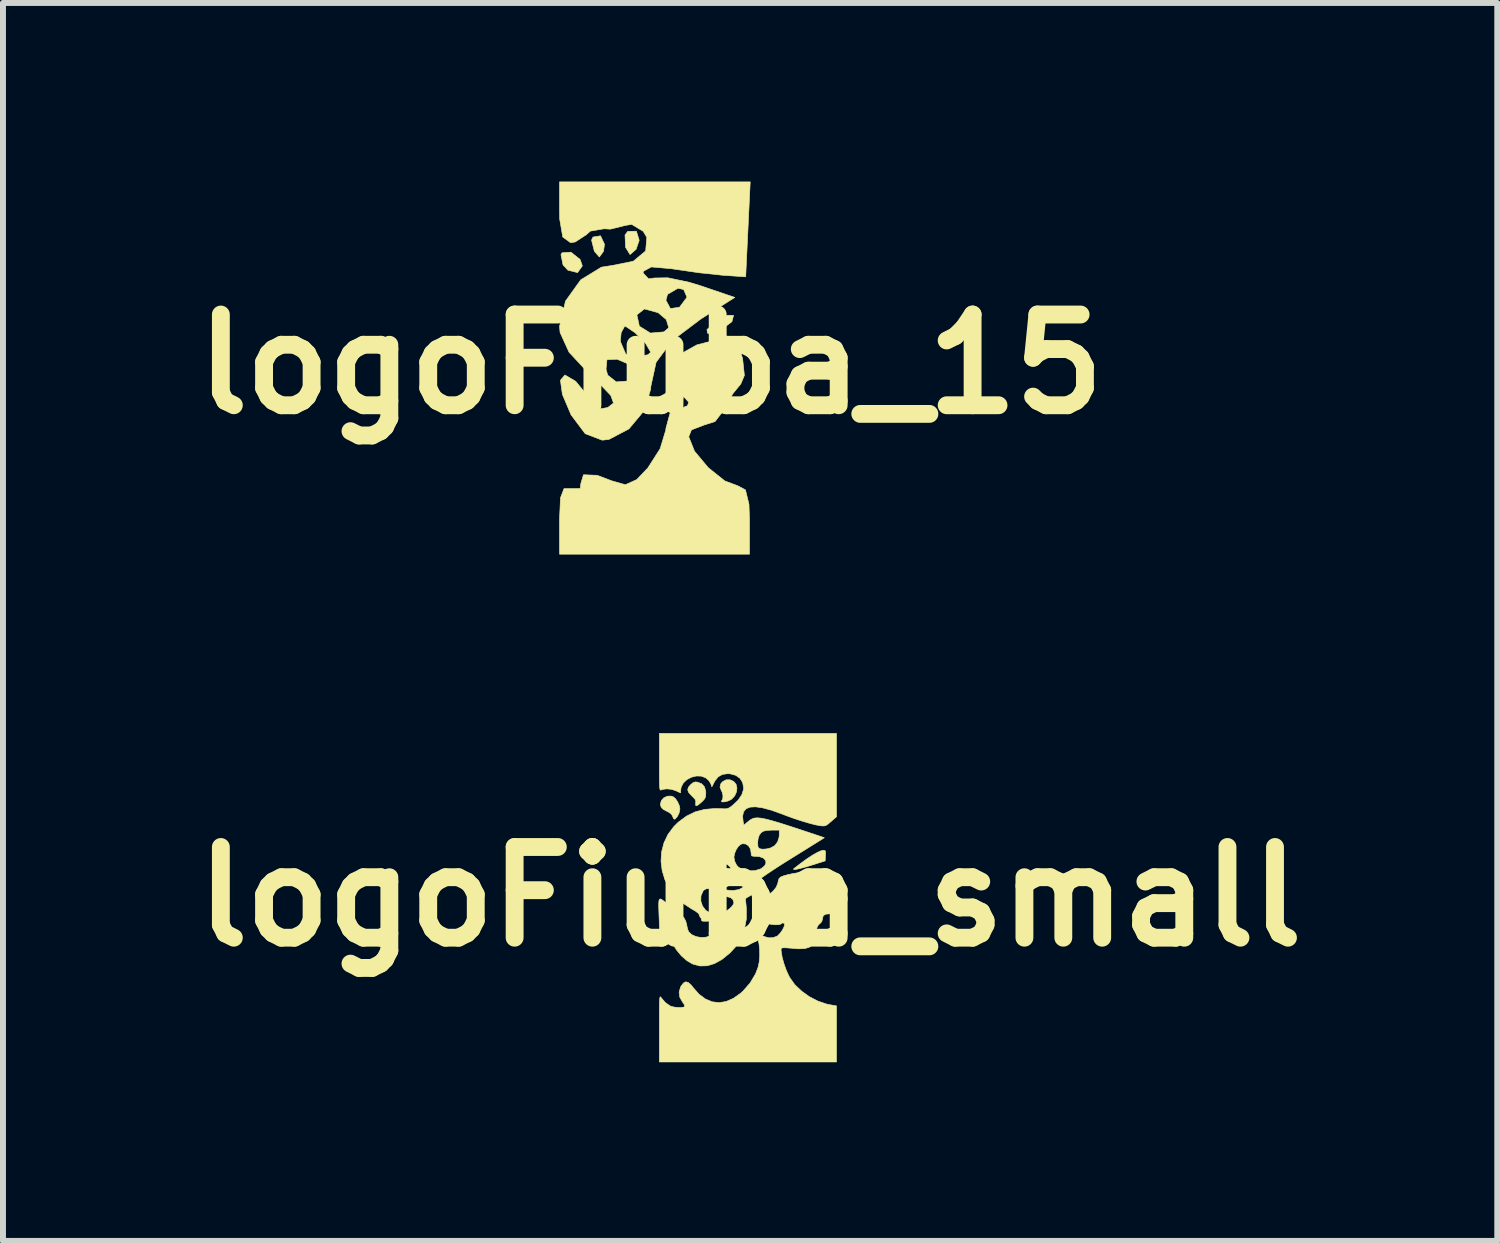
<source format=kicad_pcb>
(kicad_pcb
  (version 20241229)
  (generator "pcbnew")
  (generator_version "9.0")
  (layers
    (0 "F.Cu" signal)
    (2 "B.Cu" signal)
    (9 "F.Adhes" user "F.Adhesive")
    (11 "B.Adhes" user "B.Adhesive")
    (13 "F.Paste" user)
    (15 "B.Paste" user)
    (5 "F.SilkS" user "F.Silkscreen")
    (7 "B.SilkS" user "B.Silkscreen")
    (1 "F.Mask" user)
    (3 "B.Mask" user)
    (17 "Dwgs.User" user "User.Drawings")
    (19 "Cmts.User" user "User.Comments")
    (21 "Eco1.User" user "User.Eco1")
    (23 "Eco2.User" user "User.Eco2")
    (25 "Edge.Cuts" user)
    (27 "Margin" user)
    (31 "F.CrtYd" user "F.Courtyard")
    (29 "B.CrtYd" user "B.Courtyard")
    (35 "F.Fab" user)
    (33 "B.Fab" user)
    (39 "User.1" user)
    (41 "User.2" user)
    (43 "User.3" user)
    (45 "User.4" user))
  (footprint "logoFiuba_small"
    (layer "F.Cu")
    (at 9.55 12.012)
    (property "Reference" "logoFiuba_small" (at 0 0 0) (layer "F.SilkS") (effects (font (size 1.524 1.524) (thickness 0.3))))
    (attr through_hole)
    (fp_poly (pts (xy 1.254 -0.776) (xy 1.266 -0.763) (xy 1.268 -0.731) (xy 1.266 -0.69) (xy 1.261 -0.601) (xy 1.034 -0.529) (xy 0.928 -0.497) (xy 0.842 -0.474) (xy 0.777 -0.46) (xy 0.738 -0.456) (xy 0.728 -0.463) (xy 0.736 -0.471) (xy 0.848 -0.558) (xy 0.954 -0.635) (xy 1.05 -0.698) (xy 1.132 -0.744) (xy 1.195 -0.772) (xy 1.228 -0.779) (xy 1.254 -0.776)) (stroke (width 0.01) (type solid)) (fill yes) (layer "F.SilkS"))
    (fp_poly (pts (xy -1.29 -1.677) (xy -1.252 -1.644) (xy -1.216 -1.59) (xy -1.189 -1.528) (xy -1.179 -1.473) (xy -1.191 -1.41) (xy -1.221 -1.347) (xy -1.256 -1.308) (xy -1.275 -1.301) (xy -1.29 -1.319) (xy -1.298 -1.343) (xy -1.322 -1.386) (xy -1.369 -1.42) (xy -1.394 -1.432) (xy -1.457 -1.465) (xy -1.491 -1.498) (xy -1.505 -1.539) (xy -1.506 -1.558) (xy -1.49 -1.616) (xy -1.449 -1.66) (xy -1.391 -1.687) (xy -1.328 -1.69) (xy -1.29 -1.677)) (stroke (width 0.01) (type solid)) (fill yes) (layer "F.SilkS"))
    (fp_poly (pts (xy -0.275 -1.935) (xy -0.236 -1.889) (xy -0.221 -1.827) (xy -0.229 -1.76) (xy -0.258 -1.695) (xy -0.307 -1.641) (xy -0.33 -1.626) (xy -0.373 -1.607) (xy -0.418 -1.595) (xy -0.457 -1.591) (xy -0.48 -1.595) (xy -0.479 -1.609) (xy -0.475 -1.612) (xy -0.458 -1.649) (xy -0.456 -1.702) (xy -0.47 -1.757) (xy -0.481 -1.778) (xy -0.505 -1.839) (xy -0.495 -1.892) (xy -0.464 -1.93) (xy -0.403 -1.963) (xy -0.336 -1.963) (xy -0.275 -1.935)) (stroke (width 0.01) (type solid)) (fill yes) (layer "F.SilkS"))
    (fp_poly (pts (xy -0.884 -1.924) (xy -0.813 -1.896) (xy -0.766 -1.844) (xy -0.745 -1.769) (xy -0.744 -1.741) (xy -0.747 -1.688) (xy -0.76 -1.649) (xy -0.791 -1.612) (xy -0.814 -1.59) (xy -0.868 -1.544) (xy -0.901 -1.526) (xy -0.916 -1.536) (xy -0.914 -1.573) (xy -0.914 -1.574) (xy -0.912 -1.606) (xy -0.925 -1.636) (xy -0.959 -1.674) (xy -0.978 -1.691) (xy -1.029 -1.746) (xy -1.048 -1.793) (xy -1.037 -1.837) (xy -0.997 -1.883) (xy -0.956 -1.916) (xy -0.92 -1.927) (xy -0.884 -1.924)) (stroke (width 0.01) (type solid)) (fill yes) (layer "F.SilkS"))
    (fp_poly (pts (xy 1.26 -0.468) (xy 1.272 -0.449) (xy 1.288 -0.404) (xy 1.306 -0.339) (xy 1.322 -0.268) (xy 1.344 -0.17) (xy 1.37 -0.064) (xy 1.396 0.035) (xy 1.409 0.081) (xy 1.432 0.166) (xy 1.441 0.224) (xy 1.434 0.26) (xy 1.409 0.28) (xy 1.365 0.287) (xy 1.335 0.288) (xy 1.268 0.295) (xy 1.23 0.319) (xy 1.216 0.363) (xy 1.216 0.375) (xy 1.204 0.418) (xy 1.182 0.444) (xy 1.147 0.475) (xy 1.123 0.52) (xy 1.107 0.587) (xy 1.099 0.642) (xy 1.08 0.738) (xy 1.046 0.806) (xy 0.993 0.85) (xy 0.918 0.872) (xy 0.815 0.876) (xy 0.772 0.873) (xy 0.671 0.864) (xy 0.601 0.859) (xy 0.556 0.859) (xy 0.532 0.863) (xy 0.521 0.875) (xy 0.52 0.894) (xy 0.523 0.921) (xy 0.523 0.923) (xy 0.538 1.016) (xy 0.568 1.125) (xy 0.608 1.237) (xy 0.655 1.339) (xy 0.666 1.359) (xy 0.75 1.477) (xy 0.863 1.585) (xy 0.995 1.68) (xy 1.14 1.755) (xy 1.289 1.805) (xy 1.338 1.815) (xy 1.451 1.835) (xy 1.451 2.777) (xy -1.524 2.777) (xy -1.524 2.214) (xy -1.524 2.061) (xy -1.524 1.94) (xy -1.523 1.845) (xy -1.522 1.776) (xy -1.519 1.728) (xy -1.516 1.699) (xy -1.512 1.684) (xy -1.506 1.683) (xy -1.498 1.69) (xy -1.49 1.702) (xy -1.424 1.779) (xy -1.347 1.833) (xy -1.319 1.845) (xy -1.268 1.856) (xy -1.208 1.862) (xy -1.152 1.861) (xy -1.11 1.854) (xy -1.098 1.846) (xy -1.101 1.823) (xy -1.122 1.787) (xy -1.135 1.77) (xy -1.181 1.689) (xy -1.192 1.603) (xy -1.168 1.519) (xy -1.157 1.499) (xy -1.117 1.449) (xy -1.079 1.43) (xy -1.037 1.442) (xy -0.989 1.486) (xy -0.959 1.524) (xy -0.859 1.638) (xy -0.752 1.718) (xy -0.639 1.766) (xy -0.521 1.78) (xy -0.401 1.761) (xy -0.28 1.708) (xy -0.159 1.622) (xy -0.12 1.587) (xy 0.001 1.449) (xy 0.092 1.296) (xy 0.134 1.186) (xy 0.153 1.099) (xy 0.162 0.994) (xy 0.16 0.886) (xy 0.149 0.787) (xy 0.136 0.735) (xy 0.121 0.687) (xy 0.111 0.655) (xy 0.109 0.648) (xy 0.123 0.642) (xy 0.159 0.646) (xy 0.201 0.655) (xy 0.236 0.669) (xy 0.308 0.691) (xy 0.385 0.689) (xy 0.453 0.664) (xy 0.461 0.659) (xy 0.5 0.62) (xy 0.539 0.567) (xy 0.568 0.512) (xy 0.581 0.468) (xy 0.581 0.466) (xy 0.568 0.445) (xy 0.54 0.442) (xy 0.516 0.459) (xy 0.49 0.47) (xy 0.434 0.472) (xy 0.398 0.471) (xy 0.312 0.458) (xy 0.251 0.429) (xy 0.205 0.376) (xy 0.179 0.33) (xy 0.15 0.236) (xy 0.156 0.148) (xy 0.197 0.067) (xy 0.272 -0.006) (xy 0.31 -0.031) (xy 0.384 -0.09) (xy 0.439 -0.159) (xy 0.468 -0.231) (xy 0.472 -0.261) (xy 0.488 -0.307) (xy 0.515 -0.33) (xy 0.56 -0.349) (xy 0.631 -0.369) (xy 0.714 -0.387) (xy 0.797 -0.4) (xy 0.869 -0.406) (xy 0.88 -0.406) (xy 0.953 -0.406) (xy 0.889 -0.368) (xy 0.826 -0.33) (xy 0.879 -0.324) (xy 0.931 -0.308) (xy 0.974 -0.278) (xy 1.007 -0.25) (xy 1.033 -0.237) (xy 1.034 -0.237) (xy 1.047 -0.24) (xy 1.057 -0.252) (xy 1.068 -0.281) (xy 1.084 -0.335) (xy 1.089 -0.353) (xy 1.108 -0.403) (xy 1.137 -0.434) (xy 1.173 -0.451) (xy 1.221 -0.466) (xy 1.256 -0.469) (xy 1.26 -0.468)) (stroke (width 0.01) (type solid)) (fill yes) (layer "F.SilkS"))
    (fp_poly (pts (xy 1.451 -1.342) (xy 1.359 -1.262) (xy 1.31 -1.22) (xy 1.275 -1.197) (xy 1.243 -1.188) (xy 1.202 -1.189) (xy 1.173 -1.193) (xy 1.097 -1.207) (xy 0.996 -1.233) (xy 0.877 -1.268) (xy 0.748 -1.31) (xy 0.618 -1.357) (xy 0.537 -1.388) (xy 0.363 -1.451) (xy 0.215 -1.491) (xy 0.094 -1.509) (xy -0.000159 -1.504) (xy -0.068 -1.476) (xy -0.11 -1.425) (xy -0.126 -1.351) (xy -0.116 -1.255) (xy -0.104 -1.202) (xy -0.034 -1.261) (xy 0.002 -1.289) (xy 0.038 -1.309) (xy 0.078 -1.321) (xy 0.127 -1.324) (xy 0.187 -1.318) (xy 0.264 -1.303) (xy 0.36 -1.278) (xy 0.48 -1.243) (xy 0.628 -1.196) (xy 0.748 -1.157) (xy 0.875 -1.115) (xy 0.99 -1.077) (xy 1.089 -1.044) (xy 1.167 -1.018) (xy 1.221 -0.999) (xy 1.246 -0.99) (xy 1.247 -0.989) (xy 1.231 -0.98) (xy 1.189 -0.953) (xy 1.124 -0.912) (xy 1.038 -0.859) (xy 0.937 -0.796) (xy 0.823 -0.725) (xy 0.726 -0.665) (xy 0.601 -0.587) (xy 0.483 -0.512) (xy 0.377 -0.443) (xy 0.286 -0.382) (xy 0.215 -0.333) (xy 0.168 -0.298) (xy 0.151 -0.283) (xy 0.112 -0.23) (xy 0.085 -0.173) (xy 0.081 -0.157) (xy 0.054 -0.075) (xy 0.007 -0.019) (xy -0.031 0.003) (xy -0.065 0.023) (xy -0.078 0.038) (xy -0.078 0.038) (xy -0.076 0.06) (xy -0.071 0.107) (xy -0.065 0.17) (xy -0.063 0.193) (xy -0.063 0.375) (xy -0.096 0.548) (xy -0.16 0.709) (xy -0.254 0.854) (xy -0.343 0.949) (xy -0.472 1.054) (xy -0.598 1.124) (xy -0.721 1.161) (xy -0.842 1.164) (xy -0.959 1.133) (xy -0.971 1.128) (xy -1.064 1.073) (xy -1.155 0.993) (xy -1.236 0.895) (xy -1.288 0.81) (xy -1.333 0.738) (xy -1.39 0.663) (xy -1.433 0.618) (xy -1.521 0.533) (xy -1.53 0.309) (xy -1.534 0.201) (xy -1.535 0.123) (xy -1.532 0.072) (xy -1.523 0.045) (xy -1.508 0.038) (xy -1.483 0.049) (xy -1.449 0.074) (xy -1.436 0.084) (xy -1.378 0.129) (xy -1.307 0.184) (xy -1.239 0.236) (xy -1.238 0.236) (xy -1.163 0.299) (xy -1.112 0.354) (xy -1.081 0.411) (xy -1.063 0.479) (xy -1.062 0.49) (xy -1.05 0.542) (xy -1.034 0.585) (xy -1.03 0.593) (xy -0.979 0.639) (xy -0.907 0.671) (xy -0.824 0.686) (xy -0.742 0.681) (xy -0.689 0.664) (xy -0.631 0.62) (xy -0.582 0.558) (xy -0.551 0.49) (xy -0.545 0.451) (xy -0.544 0.402) (xy -0.68 0.41) (xy -0.75 0.413) (xy -0.791 0.412) (xy -0.811 0.406) (xy -0.816 0.392) (xy -0.816 0.388) (xy -0.825 0.357) (xy -0.835 0.347) (xy -0.85 0.323) (xy -0.853 0.306) (xy -0.87 0.279) (xy -0.919 0.242) (xy -0.975 0.21) (xy -1.128 0.11) (xy -1.168 0.072) (xy -0.828 0.072) (xy -0.8 0.157) (xy -0.746 0.229) (xy -0.673 0.272) (xy -0.581 0.286) (xy -0.472 0.271) (xy -0.468 0.27) (xy -0.408 0.245) (xy -0.35 0.207) (xy -0.302 0.161) (xy -0.275 0.118) (xy -0.272 0.101) (xy -0.288 0.05) (xy -0.329 0.015) (xy -0.39 0.000063) (xy -0.464 0.006) (xy -0.496 0.016) (xy -0.53 0.023) (xy -0.546 0.008) (xy -0.551 -0.007) (xy -0.58 -0.068) (xy -0.625 -0.111) (xy -0.678 -0.134) (xy -0.732 -0.134) (xy -0.778 -0.109) (xy -0.79 -0.094) (xy -0.825 -0.015) (xy -0.828 0.072) (xy -1.168 0.072) (xy -1.255 -0.008) (xy -1.356 -0.142) (xy -1.431 -0.286) (xy -1.44 -0.315) (xy -0.581 -0.315) (xy -0.569 -0.245) (xy -0.541 -0.195) (xy -0.476 -0.143) (xy -0.39 -0.111) (xy -0.294 -0.102) (xy -0.198 -0.117) (xy -0.175 -0.125) (xy -0.128 -0.151) (xy -0.083 -0.188) (xy -0.049 -0.227) (xy -0.036 -0.257) (xy -0.048 -0.278) (xy -0.077 -0.31) (xy -0.081 -0.314) (xy -0.125 -0.344) (xy -0.181 -0.355) (xy -0.206 -0.356) (xy -0.255 -0.357) (xy -0.281 -0.368) (xy -0.296 -0.396) (xy -0.306 -0.432) (xy -0.336 -0.499) (xy -0.381 -0.541) (xy -0.435 -0.555) (xy -0.467 -0.549) (xy -0.516 -0.516) (xy -0.553 -0.46) (xy -0.575 -0.39) (xy -0.581 -0.315) (xy -1.44 -0.315) (xy -1.477 -0.438) (xy -1.496 -0.593) (xy -1.492 -0.663) (xy -0.272 -0.663) (xy -0.259 -0.594) (xy -0.226 -0.528) (xy -0.192 -0.492) (xy -0.113 -0.451) (xy -0.018 -0.433) (xy 0.081 -0.437) (xy 0.173 -0.465) (xy 0.193 -0.476) (xy 0.246 -0.52) (xy 0.267 -0.567) (xy 0.258 -0.612) (xy 0.221 -0.649) (xy 0.159 -0.672) (xy 0.106 -0.677) (xy 0.053 -0.679) (xy 0.027 -0.686) (xy 0.019 -0.705) (xy 0.018 -0.729) (xy 0.007 -0.799) (xy -0.025 -0.852) (xy -0.07 -0.884) (xy -0.123 -0.89) (xy -0.156 -0.88) (xy -0.197 -0.845) (xy -0.234 -0.789) (xy -0.261 -0.724) (xy -0.272 -0.663) (xy -0.272 -0.663) (xy -1.492 -0.663) (xy -1.487 -0.749) (xy -1.448 -0.9) (xy -1.444 -0.909) (xy 0.127 -0.909) (xy 0.131 -0.846) (xy 0.138 -0.823) (xy 0.164 -0.804) (xy 0.214 -0.797) (xy 0.279 -0.802) (xy 0.344 -0.818) (xy 0.414 -0.857) (xy 0.463 -0.921) (xy 0.488 -1.002) (xy 0.49 -1.035) (xy 0.49 -1.118) (xy 0.371 -1.118) (xy 0.285 -1.114) (xy 0.226 -1.101) (xy 0.186 -1.076) (xy 0.155 -1.035) (xy 0.154 -1.033) (xy 0.135 -0.978) (xy 0.127 -0.909) (xy -1.444 -0.909) (xy -1.38 -1.044) (xy -1.281 -1.177) (xy -1.205 -1.252) (xy -1.068 -1.353) (xy -0.923 -1.424) (xy -0.764 -1.466) (xy -0.588 -1.481) (xy -0.49 -1.478) (xy -0.425 -1.475) (xy -0.382 -1.479) (xy -0.347 -1.494) (xy -0.306 -1.524) (xy -0.292 -1.535) (xy -0.2 -1.622) (xy -0.139 -1.712) (xy -0.111 -1.8) (xy -0.109 -1.828) (xy -0.125 -1.917) (xy -0.17 -1.988) (xy -0.24 -2.038) (xy -0.332 -2.063) (xy -0.375 -2.066) (xy -0.464 -2.054) (xy -0.534 -2.015) (xy -0.589 -1.948) (xy -0.608 -1.913) (xy -0.642 -1.844) (xy -0.661 -1.899) (xy -0.691 -1.948) (xy -0.739 -1.991) (xy -0.744 -1.995) (xy -0.82 -2.025) (xy -0.904 -2.027) (xy -0.987 -2.006) (xy -1.062 -1.966) (xy -1.122 -1.909) (xy -1.158 -1.84) (xy -1.165 -1.795) (xy -1.167 -1.759) (xy -1.169 -1.744) (xy -1.169 -1.744) (xy -1.185 -1.751) (xy -1.223 -1.768) (xy -1.243 -1.778) (xy -1.319 -1.803) (xy -1.399 -1.811) (xy -1.469 -1.802) (xy -1.489 -1.794) (xy -1.499 -1.79) (xy -1.507 -1.792) (xy -1.513 -1.802) (xy -1.518 -1.825) (xy -1.521 -1.864) (xy -1.522 -1.923) (xy -1.524 -2.005) (xy -1.524 -2.114) (xy -1.524 -2.252) (xy -1.524 -2.743) (xy 1.451 -2.743) (xy 1.451 -1.342)) (stroke (width 0.01) (type solid)) (fill yes) (layer "F.SilkS")))
  (footprint "logoFiuba_15"
    (layer "F.Cu")
    (at 7.881 3.068)
    (property "Reference" "logoFiuba_15" (at 0 0 0) (layer "F.SilkS") (effects (font (size 1.524 1.524) (thickness 0.3))))
    (attr through_hole)
    (fp_poly (pts (xy -0.777 -2.016) (xy -0.793 -1.897) (xy -0.863 -1.801) (xy -0.947 -1.897) (xy -0.994 -2.085) (xy -0.97 -2.136) (xy -0.844 -2.157) (xy -0.777 -2.016)) (stroke (width 0.01) (type solid)) (fill yes) (layer "F.SilkS"))
    (fp_poly (pts (xy -0.194 -2.082) (xy -0.246 -1.93) (xy -0.348 -1.842) (xy -0.423 -1.964) (xy -0.432 -2.171) (xy -0.386 -2.232) (xy -0.241 -2.234) (xy -0.194 -2.082)) (stroke (width 0.01) (type solid)) (fill yes) (layer "F.SilkS"))
    (fp_poly (pts (xy -1.187 -1.76) (xy -1.149 -1.652) (xy -1.229 -1.539) (xy -1.391 -1.579) (xy -1.473 -1.668) (xy -1.508 -1.84) (xy -1.489 -1.872) (xy -1.34 -1.882) (xy -1.187 -1.76)) (stroke (width 0.01) (type solid)) (fill yes) (layer "F.SilkS"))
    (fp_poly (pts (xy 1.391 -0.821) (xy 1.363 -0.714) (xy 1.197 -0.589) (xy 0.991 -0.518) (xy 0.957 -0.517) (xy 0.944 -0.58) (xy 1.076 -0.705) (xy 1.288 -0.822) (xy 1.391 -0.821)) (stroke (width 0.01) (type solid)) (fill yes) (layer "F.SilkS"))
    (fp_poly (pts (xy 1.356 -0.395) (xy 1.497 -0.237) (xy 1.543 -0.096) (xy 1.573 0.188) (xy 1.513 0.331) (xy 1.375 0.5) (xy 1.272 0.714) (xy 1.08 0.963) (xy 0.897 1.021) (xy 0.684 1.103) (xy 0.638 1.218) (xy 0.735 1.461) (xy 0.967 1.739) (xy 1.245 1.961) (xy 1.462 2.042) (xy 1.591 2.111) (xy 1.65 2.352) (xy 1.659 2.617) (xy 1.659 3.191) (xy -1.532 3.191) (xy -1.532 2.603) (xy -1.516 2.244) (xy -1.457 2.09) (xy -1.335 2.09) (xy -1.184 2.087) (xy -1.175 2.008) (xy -1.13 1.857) (xy -0.899 1.866) (xy -0.655 1.959) (xy -0.426 2.024) (xy -0.235 1.938) (xy -0.049 1.743) (xy 0.158 1.419) (xy 0.254 1.103) (xy 0.255 1.078) (xy 0.323 0.827) (xy 0.447 0.766) (xy 0.617 0.697) (xy 0.638 0.638) (xy 0.535 0.525) (xy 0.447 0.511) (xy 0.29 0.419) (xy 0.27 0.202) (xy 0.382 -0.053) (xy 0.479 -0.16) (xy 0.773 -0.324) (xy 1.075 -0.403) (xy 1.356 -0.395)) (stroke (width 0.01) (type solid)) (fill yes) (layer "F.SilkS"))
    (fp_poly (pts (xy 1.633 -2.266) (xy 1.595 -1.468) (xy 1.213 -1.494) (xy 0.815 -1.536) (xy 0.374 -1.6) (xy 0.351 -1.604) (xy 0.01 -1.634) (xy -0.123 -1.562) (xy -0.128 -1.532) (xy -0.036 -1.434) (xy 0.059 -1.448) (xy 0.284 -1.452) (xy 0.64 -1.378) (xy 0.828 -1.321) (xy 1.412 -1.122) (xy 0.843 -0.761) (xy 0.359 -0.396) (xy 0.09 -0.032) (xy 0.000432 0.379) (xy 0 0.414) (xy -0.106 0.775) (xy -0.367 1.087) (xy -0.702 1.263) (xy -0.815 1.276) (xy -1.101 1.167) (xy -1.338 0.851) (xy -1.484 0.507) (xy -1.517 0.27) (xy -1.442 0.181) (xy -1.266 0.284) (xy -1.25 0.3) (xy -1.062 0.53) (xy -0.993 0.659) (xy -0.851 0.75) (xy -0.723 0.728) (xy -0.625 0.653) (xy -0.671 0.525) (xy -0.886 0.3) (xy -1.018 0.179) (xy -1.108 0.083) (xy -0.751 0.083) (xy -0.723 0.184) (xy -0.579 0.297) (xy -0.378 0.282) (xy -0.258 0.156) (xy -0.255 0.128) (xy -0.357 0.005) (xy -0.565 -0.084) (xy -0.731 -0.077) (xy -0.736 -0.072) (xy -0.751 0.083) (xy -1.108 0.083) (xy -1.373 -0.203) (xy -1.455 -0.383) (xy -0.511 -0.383) (xy -0.42 -0.17) (xy -0.255 -0.128) (xy -0.048 -0.158) (xy 0 -0.201) (xy -0.085 -0.347) (xy -0.263 -0.529) (xy -0.422 -0.636) (xy -0.438 -0.638) (xy -0.497 -0.531) (xy -0.511 -0.383) (xy -1.455 -0.383) (xy -1.523 -0.533) (xy -1.532 -0.636) (xy -1.486 -0.829) (xy -0.233 -0.829) (xy -0.191 -0.638) (xy -0.006 -0.523) (xy 0.221 -0.543) (xy 0.303 -0.613) (xy 0.261 -0.75) (xy 0.125 -0.865) (xy -0.107 -0.929) (xy -0.233 -0.829) (xy -1.486 -0.829) (xy -1.432 -1.06) (xy -1.422 -1.074) (xy 0.255 -1.074) (xy 0.33 -0.935) (xy 0.483 -0.957) (xy 0.609 -1.125) (xy 0.553 -1.255) (xy 0.457 -1.276) (xy 0.282 -1.174) (xy 0.255 -1.074) (xy -1.422 -1.074) (xy -1.176 -1.417) (xy -0.829 -1.63) (xy -0.645 -1.659) (xy -0.294 -1.729) (xy -0.085 -1.903) (xy -0.066 -2.131) (xy -0.126 -2.232) (xy -0.32 -2.349) (xy -0.429 -2.331) (xy -0.677 -2.269) (xy -0.786 -2.275) (xy -1.014 -2.236) (xy -1.081 -2.176) (xy -1.27 -2.053) (xy -1.348 -2.042) (xy -1.478 -2.137) (xy -1.53 -2.441) (xy -1.532 -2.553) (xy -1.532 -3.063) (xy 1.671 -3.063) (xy 1.633 -2.266)) (stroke (width 0.01) (type solid)) (fill yes) (layer "F.SilkS")))
  (gr_rect
    (start -3 -3)
    (end 22.101 17.795)
    (stroke (width 0.1) (type default))
    (fill no)
    (layer "Edge.Cuts")))
</source>
